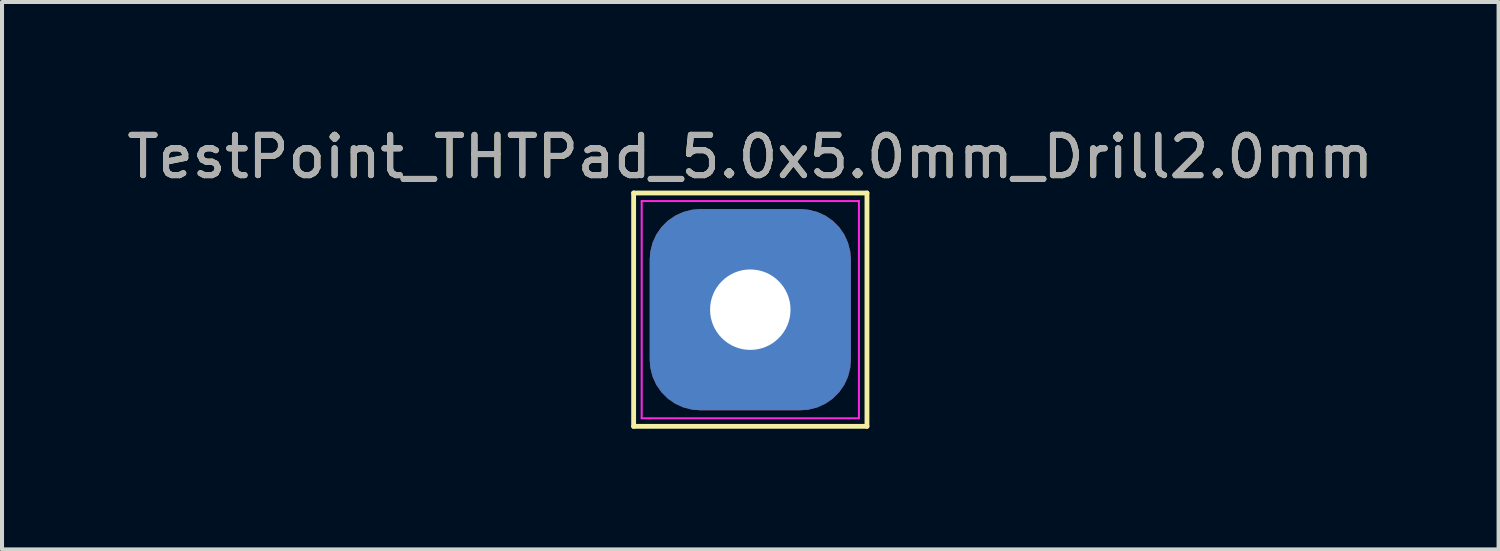
<source format=kicad_pcb>
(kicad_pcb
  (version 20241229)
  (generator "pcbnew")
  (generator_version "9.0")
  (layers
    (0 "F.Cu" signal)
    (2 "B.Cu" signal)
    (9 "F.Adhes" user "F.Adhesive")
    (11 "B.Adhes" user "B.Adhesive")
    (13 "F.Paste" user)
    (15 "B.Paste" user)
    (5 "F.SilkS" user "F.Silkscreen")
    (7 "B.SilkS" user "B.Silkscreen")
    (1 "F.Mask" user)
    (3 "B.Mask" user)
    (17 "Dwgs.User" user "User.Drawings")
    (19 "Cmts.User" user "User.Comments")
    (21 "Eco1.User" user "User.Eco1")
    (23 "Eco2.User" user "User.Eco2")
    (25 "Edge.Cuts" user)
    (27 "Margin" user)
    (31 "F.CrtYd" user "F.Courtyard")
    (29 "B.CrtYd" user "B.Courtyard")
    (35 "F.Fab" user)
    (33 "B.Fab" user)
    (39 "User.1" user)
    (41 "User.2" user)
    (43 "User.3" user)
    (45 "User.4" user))
  (footprint "TestPoint_THTPad_5.0x5.0mm_Drill2.0mm"
    (layer "F.Cu")
    (at 15.601 4.648)
    (property "Reference" "TestPoint_THTPad_5.0x5.0mm_Drill2.0mm" (at 0 -3.8 180) (layer "F.SilkS") (effects (font (size 1 1) (thickness 0.15))))
    (attr exclude_from_pos_files)
    (fp_line (start -2.9 -2.9) (end 2.9 -2.9) (stroke (width 0.12) (type solid)) (layer "F.SilkS"))
    (fp_line (start -2.9 2.9) (end -2.9 -2.9) (stroke (width 0.12) (type solid)) (layer "F.SilkS"))
    (fp_line (start 2.9 -2.9) (end 2.9 2.9) (stroke (width 0.12) (type solid)) (layer "F.SilkS"))
    (fp_line (start 2.9 2.9) (end -2.9 2.9) (stroke (width 0.12) (type solid)) (layer "F.SilkS"))
    (fp_line (start -2.7 -2.7) (end -2.7 2.7) (stroke (width 0.05) (type solid)) (layer "F.CrtYd"))
    (fp_line (start -2.7 -2.7) (end 2.7 -2.7) (stroke (width 0.05) (type solid)) (layer "F.CrtYd"))
    (fp_line (start 2.7 2.7) (end -2.7 2.7) (stroke (width 0.05) (type solid)) (layer "F.CrtYd"))
    (fp_line (start 2.7 2.7) (end 2.7 -2.7) (stroke (width 0.05) (type solid)) (layer "F.CrtYd"))
    (fp_text user "${REFERENCE}" (at 0 -3.8 180) (layer "F.Fab") (effects (font (size 1 1) (thickness 0.15))))
    (pad "1" thru_hole roundrect (at 0 0) (size 5 5) (drill 2) (layers "*.Cu" "*.Mask") (roundrect_rratio 0.25)))
  (gr_rect
    (start -3 -3)
    (end 34.202 10.608)
    (stroke (width 0.1) (type default))
    (fill no)
    (layer "Edge.Cuts")))
</source>
